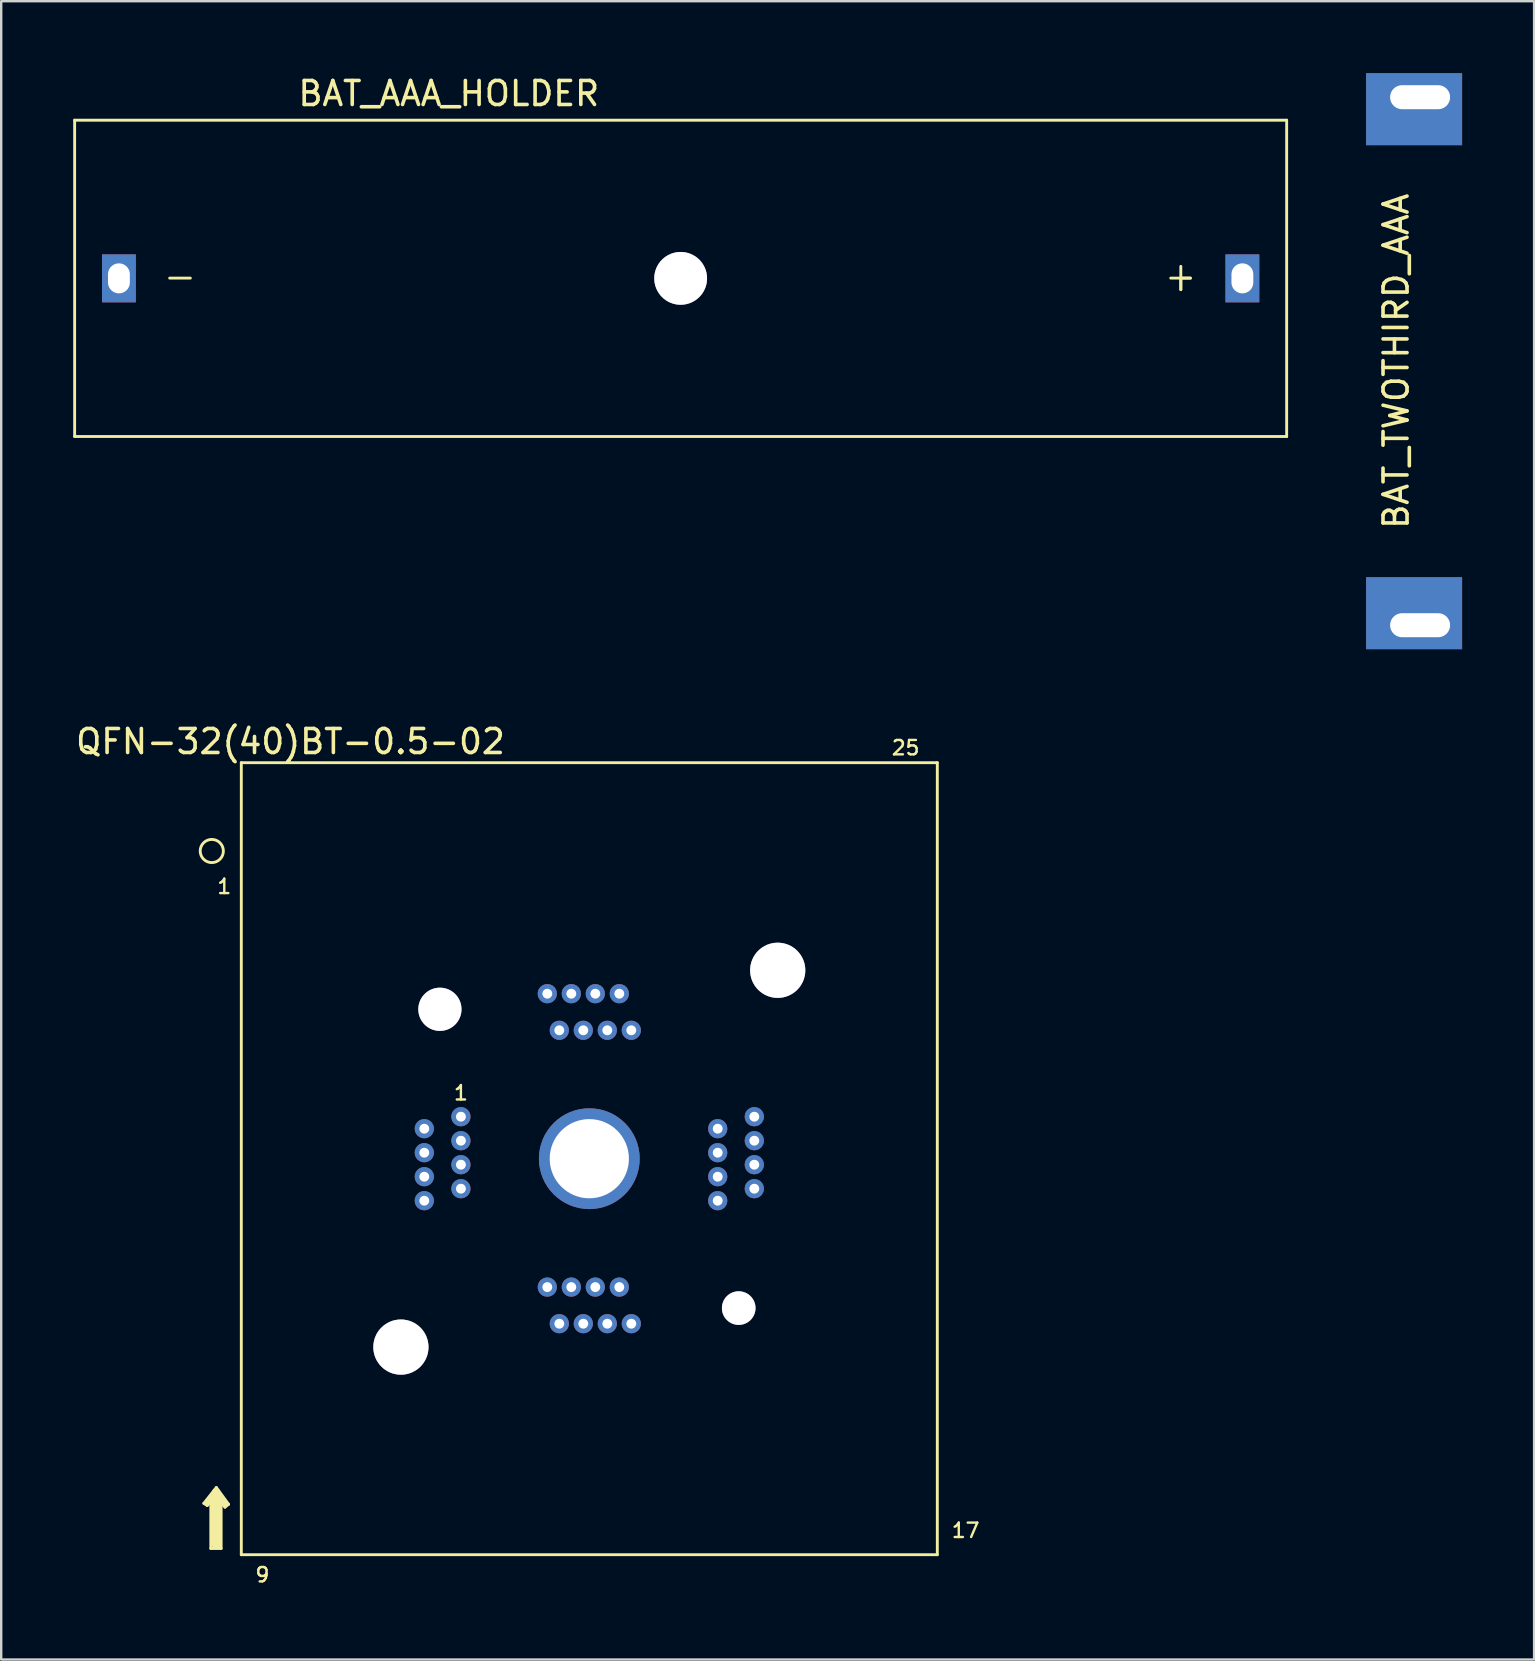
<source format=kicad_pcb>
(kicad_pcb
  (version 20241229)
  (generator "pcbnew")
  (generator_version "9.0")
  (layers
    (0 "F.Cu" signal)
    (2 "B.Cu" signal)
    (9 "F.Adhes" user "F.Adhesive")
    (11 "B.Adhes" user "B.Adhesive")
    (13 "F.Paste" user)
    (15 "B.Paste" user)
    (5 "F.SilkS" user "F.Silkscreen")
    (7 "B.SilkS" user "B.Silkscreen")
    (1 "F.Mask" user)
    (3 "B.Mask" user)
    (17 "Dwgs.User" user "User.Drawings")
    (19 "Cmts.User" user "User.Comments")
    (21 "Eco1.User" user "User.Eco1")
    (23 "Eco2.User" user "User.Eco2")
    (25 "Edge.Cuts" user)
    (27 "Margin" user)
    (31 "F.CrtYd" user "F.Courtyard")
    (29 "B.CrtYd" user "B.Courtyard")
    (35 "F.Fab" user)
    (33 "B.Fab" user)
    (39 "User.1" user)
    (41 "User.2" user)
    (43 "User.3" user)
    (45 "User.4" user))
  (footprint "BAT_AAA_HOLDER"
    (layer "F.Cu")
    (at 25.31 8.548)
    (property "Reference" "BAT_AAA_HOLDER" (at -9.66 -7.7 0) (layer "F.SilkS") (effects (font (size 1 1) (thickness 0.15))))
    (attr through_hole)
    (fp_line (start -25.25 -6.59) (end -25.25 6.59) (stroke (width 0.12) (type solid)) (layer "F.SilkS"))
    (fp_line (start -25.25 -6.59) (end 25.25 -6.59) (stroke (width 0.12) (type solid)) (layer "F.SilkS"))
    (fp_line (start -25.25 6.59) (end 25.25 6.59) (stroke (width 0.12) (type solid)) (layer "F.SilkS"))
    (fp_line (start -21.29 -0.01) (end -20.43 -0.01) (stroke (width 0.12) (type solid)) (layer "F.SilkS"))
    (fp_line (start 20.84 -0.5) (end 20.84 0.47) (stroke (width 0.12) (type solid)) (layer "F.SilkS"))
    (fp_line (start 20.84 -0.01) (end 21.24 -0.01) (stroke (width 0.12) (type solid)) (layer "F.SilkS"))
    (fp_line (start 20.84 0.47) (end 20.84 -0.01) (stroke (width 0.12) (type solid)) (layer "F.SilkS"))
    (fp_line (start 21.24 -0.01) (end 20.42 -0.01) (stroke (width 0.12) (type solid)) (layer "F.SilkS"))
    (fp_line (start 25.25 -6.59) (end 25.25 6.59) (stroke (width 0.12) (type solid)) (layer "F.SilkS"))
    (pad "" thru_hole circle (at 0 0) (size 2.2 2.2) (drill 2.2) (layers "*.Cu" "*.Mask"))
    (pad "1" thru_hole rect (at 23.405 0) (size 1.41 2) (drill oval 0.91 1.25) (layers "*.Cu" "*.Mask"))
    (pad "2" thru_hole rect (at -23.405 0) (size 1.41 2) (drill oval 0.91 1.25) (layers "*.Cu" "*.Mask")))
  (footprint "QFN-32(40)BT-0.5-02"
    (layer "F.Cu")
    (at 21.504 45.228)
    (property "Reference" "QFN-32(40)BT-0.5-02" (at -12.45 -17.38 0) (layer "F.SilkS") (effects (font (size 1 1) (thickness 0.15))))
    (attr through_hole)
    (fp_line (start -16.06 14.36) (end -15.92 14.45) (stroke (width 0.12) (type solid)) (layer "F.SilkS"))
    (fp_line (start -15.93 14.33) (end -15.72 14.2) (stroke (width 0.12) (type solid)) (layer "F.SilkS"))
    (fp_line (start -15.92 14.45) (end -15.79 14.31) (stroke (width 0.12) (type solid)) (layer "F.SilkS"))
    (fp_line (start -15.77 14.32) (end -15.77 16.24) (stroke (width 0.12) (type solid)) (layer "F.SilkS"))
    (fp_line (start -15.77 16.24) (end -15.34 16.24) (stroke (width 0.12) (type solid)) (layer "F.SilkS"))
    (fp_line (start -15.73 14.09) (end -15.93 14.33) (stroke (width 0.12) (type solid)) (layer "F.SilkS"))
    (fp_line (start -15.55 13.9) (end -15.55 16.1) (stroke (width 0.35) (type solid)) (layer "F.SilkS"))
    (fp_line (start -15.54 13.7) (end -16.06 14.36) (stroke (width 0.12) (type solid)) (layer "F.SilkS"))
    (fp_line (start -15.39 14.06) (end -15.12 14.38) (stroke (width 0.12) (type solid)) (layer "F.SilkS"))
    (fp_line (start -15.35 14.21) (end -15.17 14.43) (stroke (width 0.12) (type solid)) (layer "F.SilkS"))
    (fp_line (start -15.34 14.32) (end -15.18 14.52) (stroke (width 0.12) (type solid)) (layer "F.SilkS"))
    (fp_line (start -15.34 16.24) (end -15.34 14.32) (stroke (width 0.12) (type solid)) (layer "F.SilkS"))
    (fp_line (start -15.18 14.52) (end -15.03 14.4) (stroke (width 0.12) (type solid)) (layer "F.SilkS"))
    (fp_line (start -15.17 14.43) (end -15.73 14.09) (stroke (width 0.12) (type solid)) (layer "F.SilkS"))
    (fp_line (start -15.12 14.38) (end -15.35 14.21) (stroke (width 0.12) (type solid)) (layer "F.SilkS"))
    (fp_line (start -15.03 14.4) (end -15.54 13.7) (stroke (width 0.12) (type solid)) (layer "F.SilkS"))
    (fp_line (start -14.5 -16.5) (end -14.5 16.5) (stroke (width 0.12) (type solid)) (layer "F.SilkS"))
    (fp_line (start -14.5 -16.5) (end 14.5 -16.5) (stroke (width 0.12) (type solid)) (layer "F.SilkS"))
    (fp_line (start -14.5 16.5) (end 14.5 16.5) (stroke (width 0.12) (type solid)) (layer "F.SilkS"))
    (fp_line (start 14.5 -16.5) (end 14.5 16.5) (stroke (width 0.12) (type solid)) (layer "F.SilkS"))
    (fp_circle (center -15.73 -12.82) (end -15.62 -12.35) (stroke (width 0.12) (type solid)) (fill no) (layer "F.SilkS"))
    (fp_text user "1" (at -5.35 -2.74 0) (layer "F.SilkS") (effects (font (size 0.6 0.6) (thickness 0.1))))
    (fp_text user "1" (at -15.21 -11.34 0) (layer "F.SilkS") (effects (font (size 0.6 0.6) (thickness 0.1))))
    (fp_text user "25" (at 13.18 -17.12 0) (layer "F.SilkS") (effects (font (size 0.6 0.6) (thickness 0.1))))
    (fp_text user "9" (at -13.62 17.34 0) (layer "F.SilkS") (effects (font (size 0.6 0.6) (thickness 0.1))))
    (fp_text user "17" (at 15.68 15.49 0) (layer "F.SilkS") (effects (font (size 0.6 0.6) (thickness 0.1))))
    (pad "" thru_hole circle (at -7.85 7.85) (size 2.3 2.3) (drill 2.3) (layers "*.Cu" "*.Mask"))
    (pad "" thru_hole circle (at -6.225 -6.225) (size 1.8 1.8) (drill 1.8) (layers "*.Cu" "*.Mask"))
    (pad "" thru_hole circle (at 6.225 6.225) (size 1.4 1.4) (drill 1.4) (layers "*.Cu" "*.Mask"))
    (pad "" thru_hole circle (at 7.85 -7.85) (size 2.3 2.3) (drill 2.3) (layers "*.Cu" "*.Mask"))
    (pad "1" thru_hole circle (at -5.35 -1.75) (size 0.8 0.8) (drill 0.41) (layers "*.Cu" "*.Mask"))
    (pad "2" thru_hole circle (at -6.875 -1.25) (size 0.8 0.8) (drill 0.41) (layers "*.Cu" "*.Mask"))
    (pad "3" thru_hole circle (at -5.35 -0.75) (size 0.8 0.8) (drill 0.41) (layers "*.Cu" "*.Mask"))
    (pad "4" thru_hole circle (at -6.875 -0.25) (size 0.8 0.8) (drill 0.41) (layers "*.Cu" "*.Mask"))
    (pad "5" thru_hole circle (at -5.35 0.25) (size 0.8 0.8) (drill 0.41) (layers "*.Cu" "*.Mask"))
    (pad "6" thru_hole circle (at -6.875 0.75) (size 0.8 0.8) (drill 0.41) (layers "*.Cu" "*.Mask"))
    (pad "7" thru_hole circle (at -5.35 1.25) (size 0.8 0.8) (drill 0.41) (layers "*.Cu" "*.Mask"))
    (pad "8" thru_hole circle (at -6.875 1.75) (size 0.8 0.8) (drill 0.41) (layers "*.Cu" "*.Mask"))
    (pad "9" thru_hole circle (at -1.75 5.35) (size 0.8 0.8) (drill 0.41) (layers "*.Cu" "*.Mask"))
    (pad "10" thru_hole circle (at -1.25 6.875) (size 0.8 0.8) (drill 0.41) (layers "*.Cu" "*.Mask"))
    (pad "11" thru_hole circle (at -0.75 5.35) (size 0.8 0.8) (drill 0.41) (layers "*.Cu" "*.Mask"))
    (pad "12" thru_hole circle (at -0.25 6.875) (size 0.8 0.8) (drill 0.41) (layers "*.Cu" "*.Mask"))
    (pad "13" thru_hole circle (at 0.25 5.35) (size 0.8 0.8) (drill 0.41) (layers "*.Cu" "*.Mask"))
    (pad "14" thru_hole circle (at 0.75 6.875) (size 0.8 0.8) (drill 0.41) (layers "*.Cu" "*.Mask"))
    (pad "15" thru_hole circle (at 1.25 5.35) (size 0.8 0.8) (drill 0.41) (layers "*.Cu" "*.Mask"))
    (pad "16" thru_hole circle (at 1.75 6.875) (size 0.8 0.8) (drill 0.41) (layers "*.Cu" "*.Mask"))
    (pad "17" thru_hole circle (at 5.35 1.75) (size 0.8 0.8) (drill 0.41) (layers "*.Cu" "*.Mask"))
    (pad "18" thru_hole circle (at 6.875 1.25) (size 0.8 0.8) (drill 0.41) (layers "*.Cu" "*.Mask"))
    (pad "19" thru_hole circle (at 5.35 0.75) (size 0.8 0.8) (drill 0.41) (layers "*.Cu" "*.Mask"))
    (pad "20" thru_hole circle (at 6.875 0.25) (size 0.8 0.8) (drill 0.41) (layers "*.Cu" "*.Mask"))
    (pad "21" thru_hole circle (at 5.35 -0.25) (size 0.8 0.8) (drill 0.41) (layers "*.Cu" "*.Mask"))
    (pad "22" thru_hole circle (at 6.875 -0.75) (size 0.8 0.8) (drill 0.41) (layers "*.Cu" "*.Mask"))
    (pad "23" thru_hole circle (at 5.35 -1.25) (size 0.8 0.8) (drill 0.41) (layers "*.Cu" "*.Mask"))
    (pad "24" thru_hole circle (at 6.875 -1.75) (size 0.8 0.8) (drill 0.41) (layers "*.Cu" "*.Mask"))
    (pad "25" thru_hole circle (at 1.75 -5.35) (size 0.8 0.8) (drill 0.41) (layers "*.Cu" "*.Mask"))
    (pad "26" thru_hole circle (at 1.25 -6.875) (size 0.8 0.8) (drill 0.41) (layers "*.Cu" "*.Mask"))
    (pad "27" thru_hole circle (at 0.75 -5.35) (size 0.8 0.8) (drill 0.41) (layers "*.Cu" "*.Mask"))
    (pad "28" thru_hole circle (at 0.25 -6.875) (size 0.8 0.8) (drill 0.41) (layers "*.Cu" "*.Mask"))
    (pad "29" thru_hole circle (at -0.25 -5.35) (size 0.8 0.8) (drill 0.41) (layers "*.Cu" "*.Mask"))
    (pad "30" thru_hole circle (at -0.75 -6.875) (size 0.8 0.8) (drill 0.41) (layers "*.Cu" "*.Mask"))
    (pad "31" thru_hole circle (at -1.25 -5.35) (size 0.8 0.8) (drill 0.41) (layers "*.Cu" "*.Mask"))
    (pad "32" thru_hole circle (at -1.75 -6.875) (size 0.8 0.8) (drill 0.41) (layers "*.Cu" "*.Mask"))
    (pad "33" thru_hole circle (at 0 0) (size 4.2 4.2) (drill 3.3) (layers "*.Cu" "*.Mask")))
  (footprint "BAT_TWOTHIRD_AAA"
    (layer "F.Cu")
    (at 53.87 12)
    (property "Reference" "BAT_TWOTHIRD_AAA" (at 1.25 0 90) (layer "F.SilkS") (effects (font (size 1 1) (thickness 0.15))))
    (attr through_hole)
    (pad "1" thru_hole rect (at 2.25 -11) (size 4 3) (drill oval 2.5 1 (offset -0.25 0.5)) (layers "*.Cu" "*.Mask"))
    (pad "2" thru_hole rect (at 2.25 11) (size 4 3) (drill oval 2.5 1 (offset -0.25 -0.5)) (layers "*.Cu" "*.Mask")))
  (gr_rect
    (start -3 -3)
    (end 60.87 66.095)
    (stroke (width 0.1) (type default))
    (fill no)
    (layer "Edge.Cuts")))
</source>
